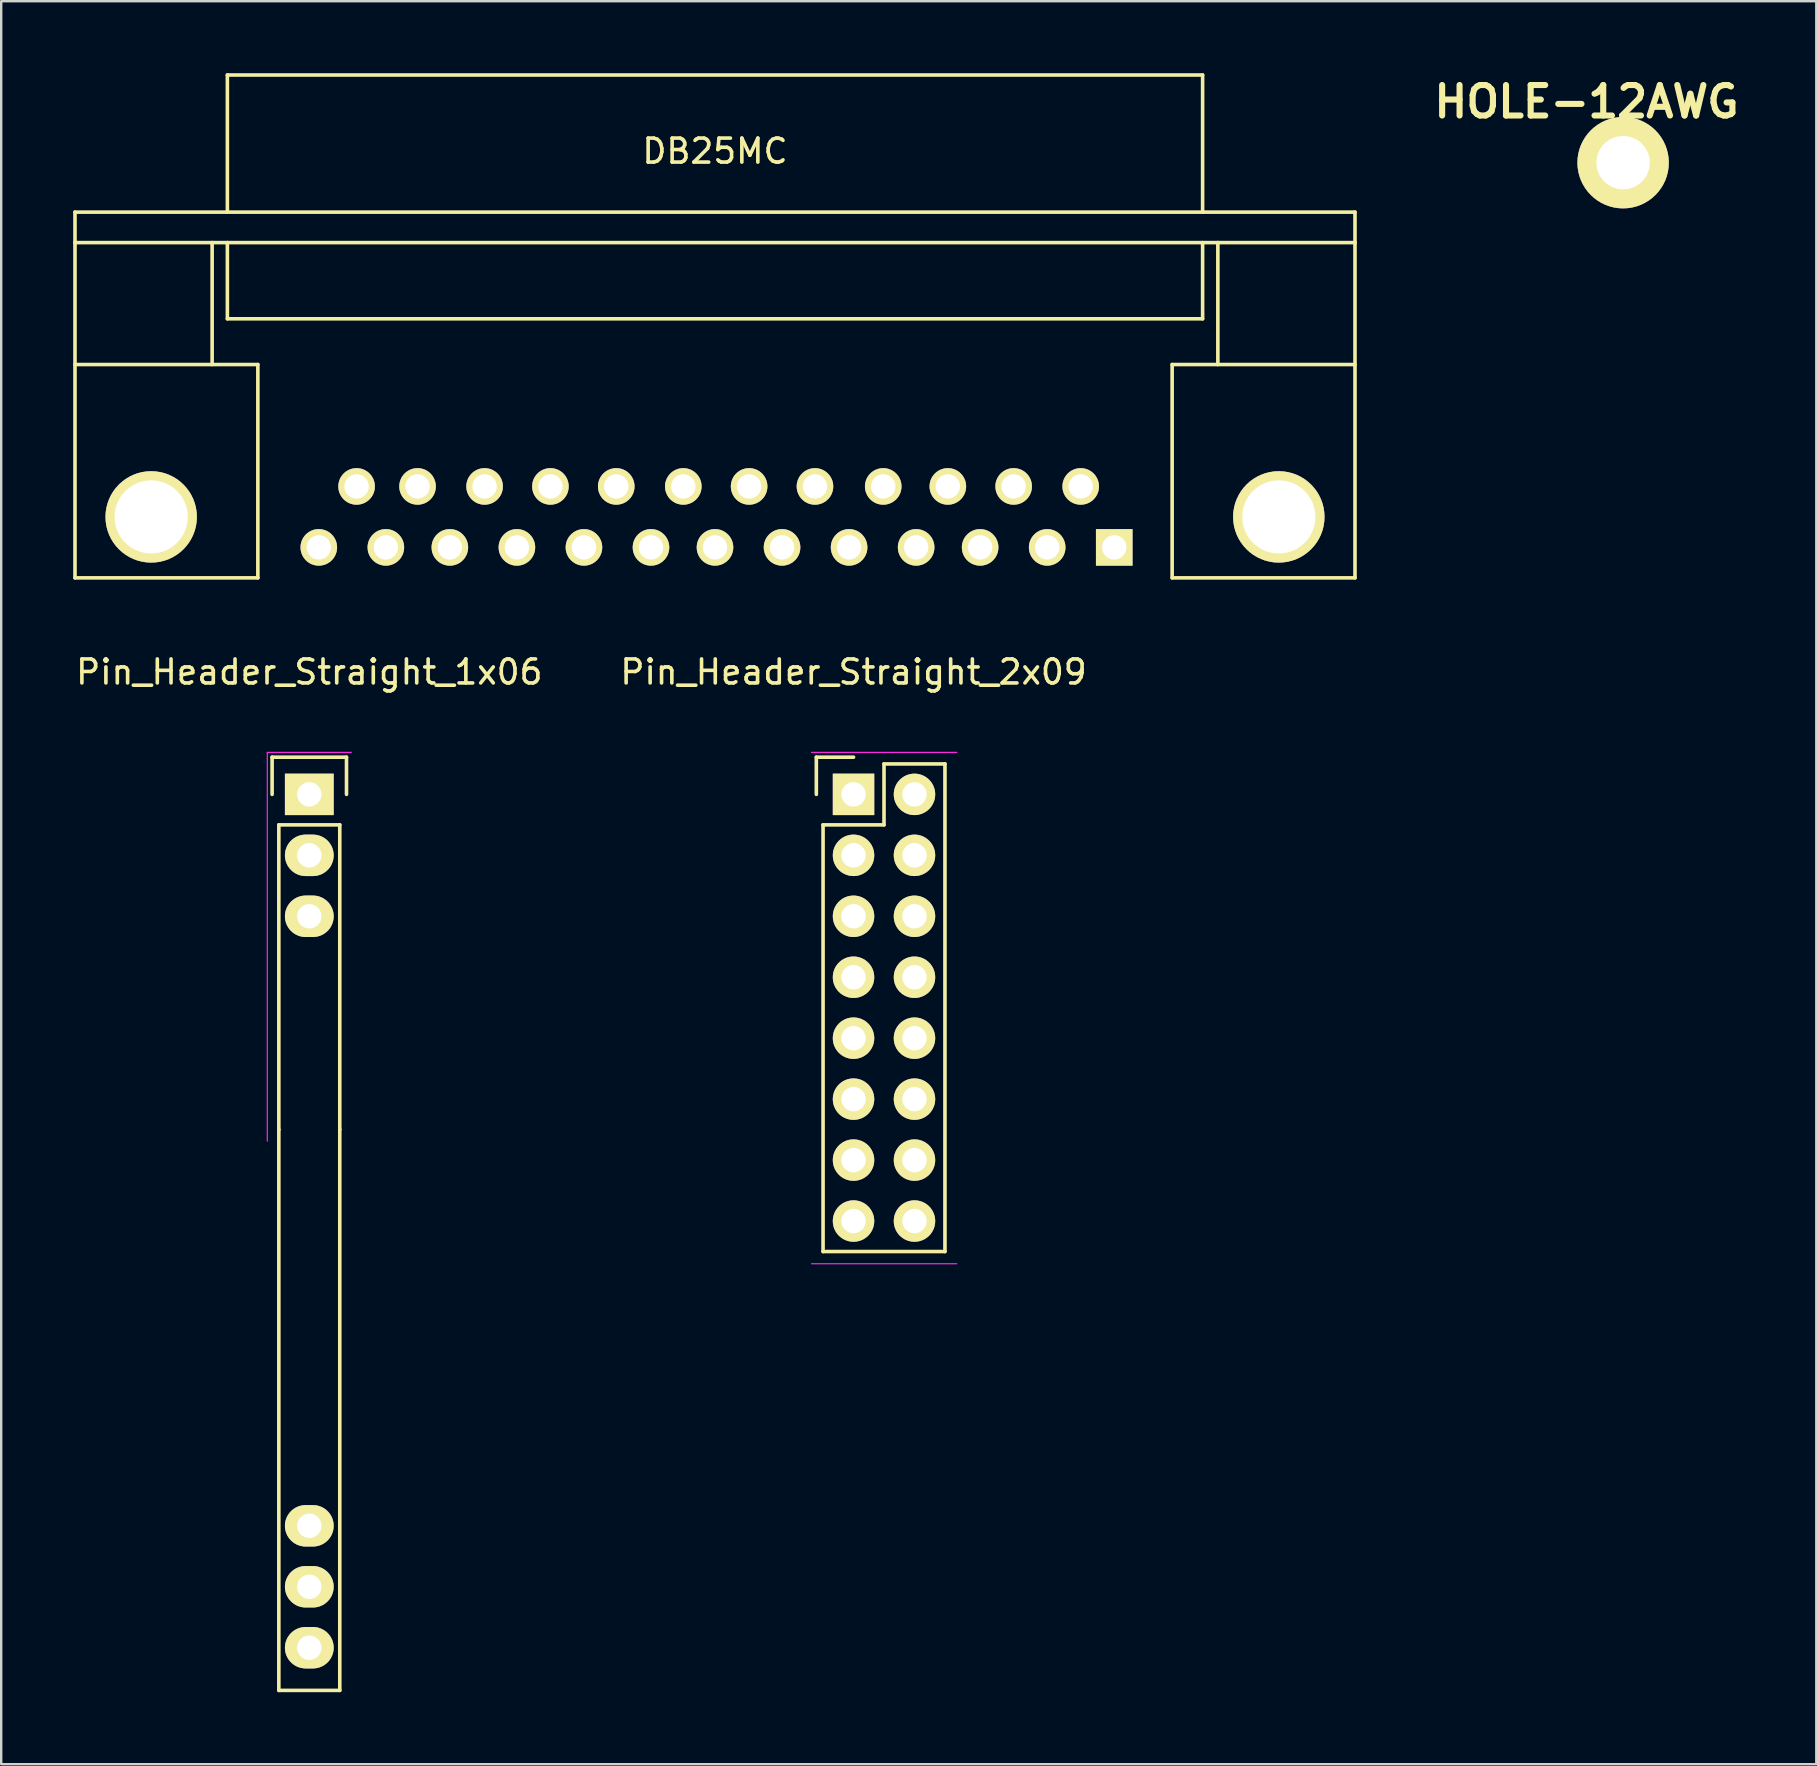
<source format=kicad_pcb>
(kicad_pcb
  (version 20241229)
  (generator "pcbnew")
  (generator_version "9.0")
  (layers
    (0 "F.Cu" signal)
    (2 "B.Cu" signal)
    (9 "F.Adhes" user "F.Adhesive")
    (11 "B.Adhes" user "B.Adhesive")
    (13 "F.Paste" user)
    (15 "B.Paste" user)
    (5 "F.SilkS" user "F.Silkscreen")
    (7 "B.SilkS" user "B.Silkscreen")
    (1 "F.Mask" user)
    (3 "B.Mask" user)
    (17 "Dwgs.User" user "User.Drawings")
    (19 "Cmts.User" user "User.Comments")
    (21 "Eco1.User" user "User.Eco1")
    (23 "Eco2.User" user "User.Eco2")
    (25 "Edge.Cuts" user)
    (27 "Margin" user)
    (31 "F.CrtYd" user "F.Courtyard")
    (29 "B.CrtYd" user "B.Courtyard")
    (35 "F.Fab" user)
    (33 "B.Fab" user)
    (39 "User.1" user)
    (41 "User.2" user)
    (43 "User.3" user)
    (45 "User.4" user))
  (footprint "Pin_Header_Straight_1x06"
    (layer "F.Cu")
    (at 9.839 30.053)
    (property "Reference" "Pin_Header_Straight_1x06" (at 0 -5.1 0) (layer "F.SilkS") (effects (font (size 1 1) (thickness 0.15))))
    (attr through_hole)
    (fp_line (start -1.55 -1.55) (end 1.55 -1.55) (stroke (width 0.15) (type solid)) (layer "F.SilkS"))
    (fp_line (start -1.55 0) (end -1.55 -1.55) (stroke (width 0.15) (type solid)) (layer "F.SilkS"))
    (fp_line (start -1.27 13.97) (end -1.27 1.27) (stroke (width 0.15) (type solid)) (layer "F.SilkS"))
    (fp_line (start -1.27 13.97) (end -1.27 37.338) (stroke (width 0.15) (type solid)) (layer "F.SilkS"))
    (fp_line (start 1.27 1.27) (end -1.27 1.27) (stroke (width 0.15) (type solid)) (layer "F.SilkS"))
    (fp_line (start 1.27 1.27) (end 1.27 13.97) (stroke (width 0.15) (type solid)) (layer "F.SilkS"))
    (fp_line (start 1.27 13.97) (end 1.27 37.338) (stroke (width 0.15) (type solid)) (layer "F.SilkS"))
    (fp_line (start 1.27 37.338) (end -1.27 37.338) (stroke (width 0.15) (type solid)) (layer "F.SilkS"))
    (fp_line (start 1.55 -1.55) (end 1.55 0) (stroke (width 0.15) (type solid)) (layer "F.SilkS"))
    (fp_line (start -1.75 -1.75) (end -1.75 14.45) (stroke (width 0.05) (type solid)) (layer "F.CrtYd"))
    (fp_line (start -1.75 -1.75) (end 1.75 -1.75) (stroke (width 0.05) (type solid)) (layer "F.CrtYd"))
    (pad "1" thru_hole rect (at 0 0) (size 2.032 1.727) (drill 1.016) (layers "*.Cu" "*.Mask" "F.SilkS"))
    (pad "2" thru_hole oval (at 0 2.54) (size 2.032 1.727) (drill 1.016) (layers "*.Cu" "*.Mask" "F.SilkS"))
    (pad "3" thru_hole oval (at 0 5.08) (size 2.032 1.727) (drill 1.016) (layers "*.Cu" "*.Mask" "F.SilkS"))
    (pad "4" thru_hole oval (at 0 30.48) (size 2.032 1.727) (drill 1.016) (layers "*.Cu" "*.Mask" "F.SilkS"))
    (pad "5" thru_hole oval (at 0 33.02) (size 2.032 1.727) (drill 1.016) (layers "*.Cu" "*.Mask" "F.SilkS"))
    (pad "6" thru_hole oval (at 0 35.56) (size 2.032 1.727) (drill 1.016) (layers "*.Cu" "*.Mask" "F.SilkS")))
  (footprint "Pin_Header_Straight_2x09"
    (layer "F.Cu")
    (at 32.518 30.053)
    (property "Reference" "Pin_Header_Straight_2x09" (at 0 -5.1 0) (layer "F.SilkS") (effects (font (size 1 1) (thickness 0.15))))
    (attr through_hole)
    (fp_line (start -1.55 -1.55) (end -1.55 0) (stroke (width 0.15) (type solid)) (layer "F.SilkS"))
    (fp_line (start -1.27 1.27) (end -1.27 19.05) (stroke (width 0.15) (type solid)) (layer "F.SilkS"))
    (fp_line (start 0 -1.55) (end -1.55 -1.55) (stroke (width 0.15) (type solid)) (layer "F.SilkS"))
    (fp_line (start 1.27 -1.27) (end 1.27 1.27) (stroke (width 0.15) (type solid)) (layer "F.SilkS"))
    (fp_line (start 1.27 1.27) (end -1.27 1.27) (stroke (width 0.15) (type solid)) (layer "F.SilkS"))
    (fp_line (start 3.81 -1.27) (end 1.27 -1.27) (stroke (width 0.15) (type solid)) (layer "F.SilkS"))
    (fp_line (start 3.81 -1.27) (end 3.81 19.05) (stroke (width 0.15) (type solid)) (layer "F.SilkS"))
    (fp_line (start 3.81 19.05) (end -1.27 19.05) (stroke (width 0.15) (type solid)) (layer "F.SilkS"))
    (fp_line (start -1.75 -1.75) (end 4.3 -1.75) (stroke (width 0.05) (type solid)) (layer "F.CrtYd"))
    (fp_line (start -1.75 19.56) (end 4.3 19.56) (stroke (width 0.05) (type solid)) (layer "F.CrtYd"))
    (pad "1" thru_hole rect (at 0 0) (size 1.727 1.727) (drill 1.016) (layers "*.Cu" "*.Mask" "F.SilkS"))
    (pad "2" thru_hole oval (at 2.54 0) (size 1.727 1.727) (drill 1.016) (layers "*.Cu" "*.Mask" "F.SilkS"))
    (pad "3" thru_hole oval (at 0 2.54) (size 1.727 1.727) (drill 1.016) (layers "*.Cu" "*.Mask" "F.SilkS"))
    (pad "4" thru_hole oval (at 2.54 2.54) (size 1.727 1.727) (drill 1.016) (layers "*.Cu" "*.Mask" "F.SilkS"))
    (pad "5" thru_hole oval (at 0 5.08) (size 1.727 1.727) (drill 1.016) (layers "*.Cu" "*.Mask" "F.SilkS"))
    (pad "6" thru_hole oval (at 2.54 5.08) (size 1.727 1.727) (drill 1.016) (layers "*.Cu" "*.Mask" "F.SilkS"))
    (pad "7" thru_hole oval (at 0 7.62) (size 1.727 1.727) (drill 1.016) (layers "*.Cu" "*.Mask" "F.SilkS"))
    (pad "8" thru_hole oval (at 2.54 7.62) (size 1.727 1.727) (drill 1.016) (layers "*.Cu" "*.Mask" "F.SilkS"))
    (pad "9" thru_hole oval (at 0 10.16) (size 1.727 1.727) (drill 1.016) (layers "*.Cu" "*.Mask" "F.SilkS"))
    (pad "10" thru_hole oval (at 2.54 10.16) (size 1.727 1.727) (drill 1.016) (layers "*.Cu" "*.Mask" "F.SilkS"))
    (pad "11" thru_hole oval (at 0 12.7) (size 1.727 1.727) (drill 1.016) (layers "*.Cu" "*.Mask" "F.SilkS"))
    (pad "12" thru_hole oval (at 2.54 12.7) (size 1.727 1.727) (drill 1.016) (layers "*.Cu" "*.Mask" "F.SilkS"))
    (pad "13" thru_hole oval (at 0 15.24) (size 1.727 1.727) (drill 1.016) (layers "*.Cu" "*.Mask" "F.SilkS"))
    (pad "14" thru_hole oval (at 2.54 15.24) (size 1.727 1.727) (drill 1.016) (layers "*.Cu" "*.Mask" "F.SilkS"))
    (pad "15" thru_hole oval (at 0 17.78) (size 1.727 1.727) (drill 1.016) (layers "*.Cu" "*.Mask" "F.SilkS"))
    (pad "16" thru_hole oval (at 2.54 17.78) (size 1.727 1.727) (drill 1.016) (layers "*.Cu" "*.Mask" "F.SilkS")))
  (footprint "DB25MC"
    (layer "F.Cu")
    (at 26.745 18.49)
    (property "Reference" "DB25MC" (at 0 -15.24 0) (layer "F.SilkS") (effects (font (size 1 1) (thickness 0.15))))
    (attr through_hole)
    (fp_line (start -26.67 -12.7) (end -26.67 -11.43) (stroke (width 0.15) (type solid)) (layer "F.SilkS"))
    (fp_line (start -26.67 -11.43) (end 26.67 -11.43) (stroke (width 0.15) (type solid)) (layer "F.SilkS"))
    (fp_line (start -26.67 -6.35) (end -19.05 -6.35) (stroke (width 0.15) (type solid)) (layer "F.SilkS"))
    (fp_line (start -26.67 2.54) (end -26.67 -11.43) (stroke (width 0.15) (type solid)) (layer "F.SilkS"))
    (fp_line (start -26.67 2.54) (end -19.05 2.54) (stroke (width 0.15) (type solid)) (layer "F.SilkS"))
    (fp_line (start -20.955 -11.43) (end -20.955 -6.35) (stroke (width 0.15) (type solid)) (layer "F.SilkS"))
    (fp_line (start -20.32 -18.415) (end -20.32 -12.7) (stroke (width 0.15) (type solid)) (layer "F.SilkS"))
    (fp_line (start -20.32 -18.415) (end 20.32 -18.415) (stroke (width 0.15) (type solid)) (layer "F.SilkS"))
    (fp_line (start -20.32 -8.255) (end -20.32 -11.43) (stroke (width 0.15) (type solid)) (layer "F.SilkS"))
    (fp_line (start -20.32 -8.255) (end 20.32 -8.255) (stroke (width 0.15) (type solid)) (layer "F.SilkS"))
    (fp_line (start -19.05 -6.35) (end -19.05 2.54) (stroke (width 0.15) (type solid)) (layer "F.SilkS"))
    (fp_line (start 19.05 -6.35) (end 19.05 2.54) (stroke (width 0.15) (type solid)) (layer "F.SilkS"))
    (fp_line (start 19.05 2.54) (end 26.67 2.54) (stroke (width 0.15) (type solid)) (layer "F.SilkS"))
    (fp_line (start 20.32 -18.415) (end 20.32 -12.7) (stroke (width 0.15) (type solid)) (layer "F.SilkS"))
    (fp_line (start 20.32 -8.255) (end 20.32 -11.43) (stroke (width 0.15) (type solid)) (layer "F.SilkS"))
    (fp_line (start 20.955 -11.43) (end 20.955 -6.35) (stroke (width 0.15) (type solid)) (layer "F.SilkS"))
    (fp_line (start 26.67 -12.7) (end -26.67 -12.7) (stroke (width 0.15) (type solid)) (layer "F.SilkS"))
    (fp_line (start 26.67 -11.43) (end 26.67 -12.7) (stroke (width 0.15) (type solid)) (layer "F.SilkS"))
    (fp_line (start 26.67 -11.43) (end 26.67 2.54) (stroke (width 0.15) (type solid)) (layer "F.SilkS"))
    (fp_line (start 26.67 -6.35) (end 19.05 -6.35) (stroke (width 0.15) (type solid)) (layer "F.SilkS"))
    (pad "" thru_hole circle (at -23.495 0) (size 3.81 3.81) (drill 3.048) (layers "*.Cu" "*.Mask" "F.SilkS"))
    (pad "" thru_hole circle (at 23.495 0) (size 3.81 3.81) (drill 3.048) (layers "*.Cu" "*.Mask" "F.SilkS"))
    (pad "1" thru_hole rect (at 16.637 1.27) (size 1.524 1.524) (drill 1.016) (layers "*.Cu" "*.Mask" "F.SilkS"))
    (pad "2" thru_hole circle (at 13.843 1.27) (size 1.524 1.524) (drill 1.016) (layers "*.Cu" "*.Mask" "F.SilkS"))
    (pad "3" thru_hole circle (at 11.049 1.27) (size 1.524 1.524) (drill 1.016) (layers "*.Cu" "*.Mask" "F.SilkS"))
    (pad "4" thru_hole circle (at 8.382 1.27) (size 1.524 1.524) (drill 1.016) (layers "*.Cu" "*.Mask" "F.SilkS"))
    (pad "5" thru_hole circle (at 5.588 1.27) (size 1.524 1.524) (drill 1.016) (layers "*.Cu" "*.Mask" "F.SilkS"))
    (pad "6" thru_hole circle (at 2.794 1.27) (size 1.524 1.524) (drill 1.016) (layers "*.Cu" "*.Mask" "F.SilkS"))
    (pad "7" thru_hole circle (at 0 1.27) (size 1.524 1.524) (drill 1.016) (layers "*.Cu" "*.Mask" "F.SilkS"))
    (pad "8" thru_hole circle (at -2.667 1.27) (size 1.524 1.524) (drill 1.016) (layers "*.Cu" "*.Mask" "F.SilkS"))
    (pad "9" thru_hole circle (at -5.461 1.27) (size 1.524 1.524) (drill 1.016) (layers "*.Cu" "*.Mask" "F.SilkS"))
    (pad "10" thru_hole circle (at -8.255 1.27) (size 1.524 1.524) (drill 1.016) (layers "*.Cu" "*.Mask" "F.SilkS"))
    (pad "11" thru_hole circle (at -11.049 1.27) (size 1.524 1.524) (drill 1.016) (layers "*.Cu" "*.Mask" "F.SilkS"))
    (pad "12" thru_hole circle (at -13.716 1.27) (size 1.524 1.524) (drill 1.016) (layers "*.Cu" "*.Mask" "F.SilkS"))
    (pad "13" thru_hole circle (at -16.51 1.27) (size 1.524 1.524) (drill 1.016) (layers "*.Cu" "*.Mask" "F.SilkS"))
    (pad "14" thru_hole circle (at 15.24 -1.27) (size 1.524 1.524) (drill 1.016) (layers "*.Cu" "*.Mask" "F.SilkS"))
    (pad "15" thru_hole circle (at 12.446 -1.27) (size 1.524 1.524) (drill 1.016) (layers "*.Cu" "*.Mask" "F.SilkS"))
    (pad "16" thru_hole circle (at 9.703 -1.27) (size 1.524 1.524) (drill 1.016) (layers "*.Cu" "*.Mask" "F.SilkS"))
    (pad "17" thru_hole circle (at 7.01 -1.27) (size 1.524 1.524) (drill 1.016) (layers "*.Cu" "*.Mask" "F.SilkS"))
    (pad "18" thru_hole circle (at 4.166 -1.27) (size 1.524 1.524) (drill 1.016) (layers "*.Cu" "*.Mask" "F.SilkS"))
    (pad "19" thru_hole circle (at 1.422 -1.27) (size 1.524 1.524) (drill 1.016) (layers "*.Cu" "*.Mask" "F.SilkS"))
    (pad "20" thru_hole circle (at -1.321 -1.27) (size 1.524 1.524) (drill 1.016) (layers "*.Cu" "*.Mask" "F.SilkS"))
    (pad "21" thru_hole circle (at -4.115 -1.27) (size 1.524 1.524) (drill 1.016) (layers "*.Cu" "*.Mask" "F.SilkS"))
    (pad "22" thru_hole circle (at -6.858 -1.27) (size 1.524 1.524) (drill 1.016) (layers "*.Cu" "*.Mask" "F.SilkS"))
    (pad "23" thru_hole circle (at -9.601 -1.27) (size 1.524 1.524) (drill 1.016) (layers "*.Cu" "*.Mask" "F.SilkS"))
    (pad "24" thru_hole circle (at -12.395 -1.27) (size 1.524 1.524) (drill 1.016) (layers "*.Cu" "*.Mask" "F.SilkS"))
    (pad "25" thru_hole circle (at -14.935 -1.27) (size 1.524 1.524) (drill 1.016) (layers "*.Cu" "*.Mask" "F.SilkS")))
  (footprint "HOLE-12AWG"
    (layer "F.Cu")
    (at 64.588 3.729)
    (property "Reference" "HOLE-12AWG" (at -1.524 -2.54 0) (layer "F.SilkS") (effects (font (size 1.27 1.27) (thickness 0.254))))
    (attr through_hole)
    (pad "1" thru_hole circle (at 0 0) (size 3.81 3.81) (drill 2.223) (layers "*.Cu" "*.Mask" "F.SilkS")))
  (gr_rect
    (start -3 -3)
    (end 72.638 70.466)
    (stroke (width 0.1) (type default))
    (fill no)
    (layer "Edge.Cuts")))
</source>
